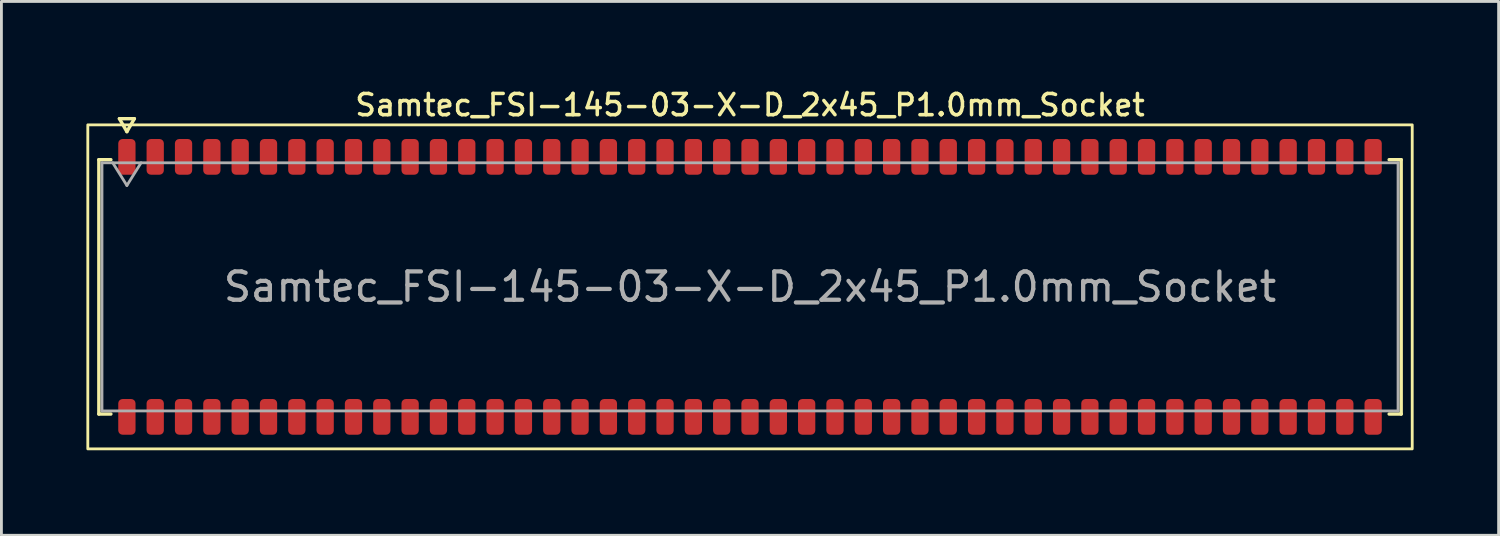
<source format=kicad_pcb>
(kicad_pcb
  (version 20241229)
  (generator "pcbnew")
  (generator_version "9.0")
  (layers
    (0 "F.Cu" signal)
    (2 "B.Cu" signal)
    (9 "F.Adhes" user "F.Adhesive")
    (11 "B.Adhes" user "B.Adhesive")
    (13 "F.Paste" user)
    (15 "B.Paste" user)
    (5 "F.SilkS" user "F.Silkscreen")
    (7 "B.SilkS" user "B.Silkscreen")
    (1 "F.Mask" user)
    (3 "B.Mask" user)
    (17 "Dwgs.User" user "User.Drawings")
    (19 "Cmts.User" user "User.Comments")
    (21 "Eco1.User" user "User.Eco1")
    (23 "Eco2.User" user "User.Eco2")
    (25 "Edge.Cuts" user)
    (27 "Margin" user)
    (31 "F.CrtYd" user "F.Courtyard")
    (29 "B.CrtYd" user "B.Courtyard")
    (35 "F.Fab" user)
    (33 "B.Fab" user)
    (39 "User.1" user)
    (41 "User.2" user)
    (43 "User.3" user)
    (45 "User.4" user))
  (footprint "Samtec_FSI-145-03-X-D_2x45_P1.0mm_Socket"
    (layer "F.Cu")
    (at 23.43 7.078)
    (property "Reference" "Samtec_FSI-145-03-X-D_2x45_P1.0mm_Socket" (at 0 -6.42 0) (layer "F.SilkS") (effects (font (size 0.75 0.75) (thickness 0.125))))
    (attr smd)
    (fp_line (start -22.99 -4.49) (end -22.565 -4.49) (stroke (width 0.12) (type solid)) (layer "F.SilkS"))
    (fp_line (start -22.99 4.49) (end -22.99 -4.49) (stroke (width 0.12) (type solid)) (layer "F.SilkS"))
    (fp_line (start -22.565 4.49) (end -22.99 4.49) (stroke (width 0.12) (type solid)) (layer "F.SilkS"))
    (fp_line (start -22.264 -5.938) (end -22 -5.48) (stroke (width 0.12) (type solid)) (layer "F.SilkS"))
    (fp_line (start -22 -5.48) (end -21.736 -5.938) (stroke (width 0.12) (type solid)) (layer "F.SilkS"))
    (fp_line (start -21.736 -5.938) (end -22.264 -5.938) (stroke (width 0.12) (type solid)) (layer "F.SilkS"))
    (fp_line (start 22.565 -4.49) (end 22.99 -4.49) (stroke (width 0.12) (type solid)) (layer "F.SilkS"))
    (fp_line (start 22.99 -4.49) (end 22.99 4.49) (stroke (width 0.12) (type solid)) (layer "F.SilkS"))
    (fp_line (start 22.99 4.49) (end 22.565 4.49) (stroke (width 0.12) (type solid)) (layer "F.SilkS"))
    (fp_rect (start -23.38 -5.72) (end 23.38 5.72) (stroke (width 0.1) (type solid)) (fill no) (layer "F.SilkS"))
    (fp_line (start -22.88 -4.38) (end 22.88 -4.38) (stroke (width 0.1) (type solid)) (layer "F.Fab"))
    (fp_line (start -22.88 4.38) (end -22.88 -4.38) (stroke (width 0.1) (type solid)) (layer "F.Fab"))
    (fp_line (start -22.5 -4.38) (end -22 -3.58) (stroke (width 0.1) (type solid)) (layer "F.Fab"))
    (fp_line (start -22 -3.58) (end -21.5 -4.38) (stroke (width 0.1) (type solid)) (layer "F.Fab"))
    (fp_line (start 22.88 -4.38) (end 22.88 4.38) (stroke (width 0.1) (type solid)) (layer "F.Fab"))
    (fp_line (start 22.88 4.38) (end -22.88 4.38) (stroke (width 0.1) (type solid)) (layer "F.Fab"))
    (fp_text user "${REFERENCE}" (at 0 0 0) (layer "F.Fab") (effects (font (size 1 1) (thickness 0.15))))
    (pad "1" smd roundrect (at -22 -4.59) (size 0.61 1.26) (layers "F.Cu" "F.Mask" "F.Paste") (roundrect_rratio 0.25))
    (pad "2" smd roundrect (at -22 4.59) (size 0.61 1.26) (layers "F.Cu" "F.Mask" "F.Paste") (roundrect_rratio 0.25))
    (pad "3" smd roundrect (at -21 -4.59) (size 0.61 1.26) (layers "F.Cu" "F.Mask" "F.Paste") (roundrect_rratio 0.25))
    (pad "4" smd roundrect (at -21 4.59) (size 0.61 1.26) (layers "F.Cu" "F.Mask" "F.Paste") (roundrect_rratio 0.25))
    (pad "5" smd roundrect (at -20 -4.59) (size 0.61 1.26) (layers "F.Cu" "F.Mask" "F.Paste") (roundrect_rratio 0.25))
    (pad "6" smd roundrect (at -20 4.59) (size 0.61 1.26) (layers "F.Cu" "F.Mask" "F.Paste") (roundrect_rratio 0.25))
    (pad "7" smd roundrect (at -19 -4.59) (size 0.61 1.26) (layers "F.Cu" "F.Mask" "F.Paste") (roundrect_rratio 0.25))
    (pad "8" smd roundrect (at -19 4.59) (size 0.61 1.26) (layers "F.Cu" "F.Mask" "F.Paste") (roundrect_rratio 0.25))
    (pad "9" smd roundrect (at -18 -4.59) (size 0.61 1.26) (layers "F.Cu" "F.Mask" "F.Paste") (roundrect_rratio 0.25))
    (pad "10" smd roundrect (at -18 4.59) (size 0.61 1.26) (layers "F.Cu" "F.Mask" "F.Paste") (roundrect_rratio 0.25))
    (pad "11" smd roundrect (at -17 -4.59) (size 0.61 1.26) (layers "F.Cu" "F.Mask" "F.Paste") (roundrect_rratio 0.25))
    (pad "12" smd roundrect (at -17 4.59) (size 0.61 1.26) (layers "F.Cu" "F.Mask" "F.Paste") (roundrect_rratio 0.25))
    (pad "13" smd roundrect (at -16 -4.59) (size 0.61 1.26) (layers "F.Cu" "F.Mask" "F.Paste") (roundrect_rratio 0.25))
    (pad "14" smd roundrect (at -16 4.59) (size 0.61 1.26) (layers "F.Cu" "F.Mask" "F.Paste") (roundrect_rratio 0.25))
    (pad "15" smd roundrect (at -15 -4.59) (size 0.61 1.26) (layers "F.Cu" "F.Mask" "F.Paste") (roundrect_rratio 0.25))
    (pad "16" smd roundrect (at -15 4.59) (size 0.61 1.26) (layers "F.Cu" "F.Mask" "F.Paste") (roundrect_rratio 0.25))
    (pad "17" smd roundrect (at -14 -4.59) (size 0.61 1.26) (layers "F.Cu" "F.Mask" "F.Paste") (roundrect_rratio 0.25))
    (pad "18" smd roundrect (at -14 4.59) (size 0.61 1.26) (layers "F.Cu" "F.Mask" "F.Paste") (roundrect_rratio 0.25))
    (pad "19" smd roundrect (at -13 -4.59) (size 0.61 1.26) (layers "F.Cu" "F.Mask" "F.Paste") (roundrect_rratio 0.25))
    (pad "20" smd roundrect (at -13 4.59) (size 0.61 1.26) (layers "F.Cu" "F.Mask" "F.Paste") (roundrect_rratio 0.25))
    (pad "21" smd roundrect (at -12 -4.59) (size 0.61 1.26) (layers "F.Cu" "F.Mask" "F.Paste") (roundrect_rratio 0.25))
    (pad "22" smd roundrect (at -12 4.59) (size 0.61 1.26) (layers "F.Cu" "F.Mask" "F.Paste") (roundrect_rratio 0.25))
    (pad "23" smd roundrect (at -11 -4.59) (size 0.61 1.26) (layers "F.Cu" "F.Mask" "F.Paste") (roundrect_rratio 0.25))
    (pad "24" smd roundrect (at -11 4.59) (size 0.61 1.26) (layers "F.Cu" "F.Mask" "F.Paste") (roundrect_rratio 0.25))
    (pad "25" smd roundrect (at -10 -4.59) (size 0.61 1.26) (layers "F.Cu" "F.Mask" "F.Paste") (roundrect_rratio 0.25))
    (pad "26" smd roundrect (at -10 4.59) (size 0.61 1.26) (layers "F.Cu" "F.Mask" "F.Paste") (roundrect_rratio 0.25))
    (pad "27" smd roundrect (at -9 -4.59) (size 0.61 1.26) (layers "F.Cu" "F.Mask" "F.Paste") (roundrect_rratio 0.25))
    (pad "28" smd roundrect (at -9 4.59) (size 0.61 1.26) (layers "F.Cu" "F.Mask" "F.Paste") (roundrect_rratio 0.25))
    (pad "29" smd roundrect (at -8 -4.59) (size 0.61 1.26) (layers "F.Cu" "F.Mask" "F.Paste") (roundrect_rratio 0.25))
    (pad "30" smd roundrect (at -8 4.59) (size 0.61 1.26) (layers "F.Cu" "F.Mask" "F.Paste") (roundrect_rratio 0.25))
    (pad "31" smd roundrect (at -7 -4.59) (size 0.61 1.26) (layers "F.Cu" "F.Mask" "F.Paste") (roundrect_rratio 0.25))
    (pad "32" smd roundrect (at -7 4.59) (size 0.61 1.26) (layers "F.Cu" "F.Mask" "F.Paste") (roundrect_rratio 0.25))
    (pad "33" smd roundrect (at -6 -4.59) (size 0.61 1.26) (layers "F.Cu" "F.Mask" "F.Paste") (roundrect_rratio 0.25))
    (pad "34" smd roundrect (at -6 4.59) (size 0.61 1.26) (layers "F.Cu" "F.Mask" "F.Paste") (roundrect_rratio 0.25))
    (pad "35" smd roundrect (at -5 -4.59) (size 0.61 1.26) (layers "F.Cu" "F.Mask" "F.Paste") (roundrect_rratio 0.25))
    (pad "36" smd roundrect (at -5 4.59) (size 0.61 1.26) (layers "F.Cu" "F.Mask" "F.Paste") (roundrect_rratio 0.25))
    (pad "37" smd roundrect (at -4 -4.59) (size 0.61 1.26) (layers "F.Cu" "F.Mask" "F.Paste") (roundrect_rratio 0.25))
    (pad "38" smd roundrect (at -4 4.59) (size 0.61 1.26) (layers "F.Cu" "F.Mask" "F.Paste") (roundrect_rratio 0.25))
    (pad "39" smd roundrect (at -3 -4.59) (size 0.61 1.26) (layers "F.Cu" "F.Mask" "F.Paste") (roundrect_rratio 0.25))
    (pad "40" smd roundrect (at -3 4.59) (size 0.61 1.26) (layers "F.Cu" "F.Mask" "F.Paste") (roundrect_rratio 0.25))
    (pad "41" smd roundrect (at -2 -4.59) (size 0.61 1.26) (layers "F.Cu" "F.Mask" "F.Paste") (roundrect_rratio 0.25))
    (pad "42" smd roundrect (at -2 4.59) (size 0.61 1.26) (layers "F.Cu" "F.Mask" "F.Paste") (roundrect_rratio 0.25))
    (pad "43" smd roundrect (at -1 -4.59) (size 0.61 1.26) (layers "F.Cu" "F.Mask" "F.Paste") (roundrect_rratio 0.25))
    (pad "44" smd roundrect (at -1 4.59) (size 0.61 1.26) (layers "F.Cu" "F.Mask" "F.Paste") (roundrect_rratio 0.25))
    (pad "45" smd roundrect (at 0 -4.59) (size 0.61 1.26) (layers "F.Cu" "F.Mask" "F.Paste") (roundrect_rratio 0.25))
    (pad "46" smd roundrect (at 0 4.59) (size 0.61 1.26) (layers "F.Cu" "F.Mask" "F.Paste") (roundrect_rratio 0.25))
    (pad "47" smd roundrect (at 1 -4.59) (size 0.61 1.26) (layers "F.Cu" "F.Mask" "F.Paste") (roundrect_rratio 0.25))
    (pad "48" smd roundrect (at 1 4.59) (size 0.61 1.26) (layers "F.Cu" "F.Mask" "F.Paste") (roundrect_rratio 0.25))
    (pad "49" smd roundrect (at 2 -4.59) (size 0.61 1.26) (layers "F.Cu" "F.Mask" "F.Paste") (roundrect_rratio 0.25))
    (pad "50" smd roundrect (at 2 4.59) (size 0.61 1.26) (layers "F.Cu" "F.Mask" "F.Paste") (roundrect_rratio 0.25))
    (pad "51" smd roundrect (at 3 -4.59) (size 0.61 1.26) (layers "F.Cu" "F.Mask" "F.Paste") (roundrect_rratio 0.25))
    (pad "52" smd roundrect (at 3 4.59) (size 0.61 1.26) (layers "F.Cu" "F.Mask" "F.Paste") (roundrect_rratio 0.25))
    (pad "53" smd roundrect (at 4 -4.59) (size 0.61 1.26) (layers "F.Cu" "F.Mask" "F.Paste") (roundrect_rratio 0.25))
    (pad "54" smd roundrect (at 4 4.59) (size 0.61 1.26) (layers "F.Cu" "F.Mask" "F.Paste") (roundrect_rratio 0.25))
    (pad "55" smd roundrect (at 5 -4.59) (size 0.61 1.26) (layers "F.Cu" "F.Mask" "F.Paste") (roundrect_rratio 0.25))
    (pad "56" smd roundrect (at 5 4.59) (size 0.61 1.26) (layers "F.Cu" "F.Mask" "F.Paste") (roundrect_rratio 0.25))
    (pad "57" smd roundrect (at 6 -4.59) (size 0.61 1.26) (layers "F.Cu" "F.Mask" "F.Paste") (roundrect_rratio 0.25))
    (pad "58" smd roundrect (at 6 4.59) (size 0.61 1.26) (layers "F.Cu" "F.Mask" "F.Paste") (roundrect_rratio 0.25))
    (pad "59" smd roundrect (at 7 -4.59) (size 0.61 1.26) (layers "F.Cu" "F.Mask" "F.Paste") (roundrect_rratio 0.25))
    (pad "60" smd roundrect (at 7 4.59) (size 0.61 1.26) (layers "F.Cu" "F.Mask" "F.Paste") (roundrect_rratio 0.25))
    (pad "61" smd roundrect (at 8 -4.59) (size 0.61 1.26) (layers "F.Cu" "F.Mask" "F.Paste") (roundrect_rratio 0.25))
    (pad "62" smd roundrect (at 8 4.59) (size 0.61 1.26) (layers "F.Cu" "F.Mask" "F.Paste") (roundrect_rratio 0.25))
    (pad "63" smd roundrect (at 9 -4.59) (size 0.61 1.26) (layers "F.Cu" "F.Mask" "F.Paste") (roundrect_rratio 0.25))
    (pad "64" smd roundrect (at 9 4.59) (size 0.61 1.26) (layers "F.Cu" "F.Mask" "F.Paste") (roundrect_rratio 0.25))
    (pad "65" smd roundrect (at 10 -4.59) (size 0.61 1.26) (layers "F.Cu" "F.Mask" "F.Paste") (roundrect_rratio 0.25))
    (pad "66" smd roundrect (at 10 4.59) (size 0.61 1.26) (layers "F.Cu" "F.Mask" "F.Paste") (roundrect_rratio 0.25))
    (pad "67" smd roundrect (at 11 -4.59) (size 0.61 1.26) (layers "F.Cu" "F.Mask" "F.Paste") (roundrect_rratio 0.25))
    (pad "68" smd roundrect (at 11 4.59) (size 0.61 1.26) (layers "F.Cu" "F.Mask" "F.Paste") (roundrect_rratio 0.25))
    (pad "69" smd roundrect (at 12 -4.59) (size 0.61 1.26) (layers "F.Cu" "F.Mask" "F.Paste") (roundrect_rratio 0.25))
    (pad "70" smd roundrect (at 12 4.59) (size 0.61 1.26) (layers "F.Cu" "F.Mask" "F.Paste") (roundrect_rratio 0.25))
    (pad "71" smd roundrect (at 13 -4.59) (size 0.61 1.26) (layers "F.Cu" "F.Mask" "F.Paste") (roundrect_rratio 0.25))
    (pad "72" smd roundrect (at 13 4.59) (size 0.61 1.26) (layers "F.Cu" "F.Mask" "F.Paste") (roundrect_rratio 0.25))
    (pad "73" smd roundrect (at 14 -4.59) (size 0.61 1.26) (layers "F.Cu" "F.Mask" "F.Paste") (roundrect_rratio 0.25))
    (pad "74" smd roundrect (at 14 4.59) (size 0.61 1.26) (layers "F.Cu" "F.Mask" "F.Paste") (roundrect_rratio 0.25))
    (pad "75" smd roundrect (at 15 -4.59) (size 0.61 1.26) (layers "F.Cu" "F.Mask" "F.Paste") (roundrect_rratio 0.25))
    (pad "76" smd roundrect (at 15 4.59) (size 0.61 1.26) (layers "F.Cu" "F.Mask" "F.Paste") (roundrect_rratio 0.25))
    (pad "77" smd roundrect (at 16 -4.59) (size 0.61 1.26) (layers "F.Cu" "F.Mask" "F.Paste") (roundrect_rratio 0.25))
    (pad "78" smd roundrect (at 16 4.59) (size 0.61 1.26) (layers "F.Cu" "F.Mask" "F.Paste") (roundrect_rratio 0.25))
    (pad "79" smd roundrect (at 17 -4.59) (size 0.61 1.26) (layers "F.Cu" "F.Mask" "F.Paste") (roundrect_rratio 0.25))
    (pad "80" smd roundrect (at 17 4.59) (size 0.61 1.26) (layers "F.Cu" "F.Mask" "F.Paste") (roundrect_rratio 0.25))
    (pad "81" smd roundrect (at 18 -4.59) (size 0.61 1.26) (layers "F.Cu" "F.Mask" "F.Paste") (roundrect_rratio 0.25))
    (pad "82" smd roundrect (at 18 4.59) (size 0.61 1.26) (layers "F.Cu" "F.Mask" "F.Paste") (roundrect_rratio 0.25))
    (pad "83" smd roundrect (at 19 -4.59) (size 0.61 1.26) (layers "F.Cu" "F.Mask" "F.Paste") (roundrect_rratio 0.25))
    (pad "84" smd roundrect (at 19 4.59) (size 0.61 1.26) (layers "F.Cu" "F.Mask" "F.Paste") (roundrect_rratio 0.25))
    (pad "85" smd roundrect (at 20 -4.59) (size 0.61 1.26) (layers "F.Cu" "F.Mask" "F.Paste") (roundrect_rratio 0.25))
    (pad "86" smd roundrect (at 20 4.59) (size 0.61 1.26) (layers "F.Cu" "F.Mask" "F.Paste") (roundrect_rratio 0.25))
    (pad "87" smd roundrect (at 21 -4.59) (size 0.61 1.26) (layers "F.Cu" "F.Mask" "F.Paste") (roundrect_rratio 0.25))
    (pad "88" smd roundrect (at 21 4.59) (size 0.61 1.26) (layers "F.Cu" "F.Mask" "F.Paste") (roundrect_rratio 0.25))
    (pad "89" smd roundrect (at 22 -4.59) (size 0.61 1.26) (layers "F.Cu" "F.Mask" "F.Paste") (roundrect_rratio 0.25))
    (pad "90" smd roundrect (at 22 4.59) (size 0.61 1.26) (layers "F.Cu" "F.Mask" "F.Paste") (roundrect_rratio 0.25)))
  (gr_rect
    (start -3 -3)
    (end 49.86 15.848)
    (stroke (width 0.1) (type default))
    (fill no)
    (layer "Edge.Cuts")))
</source>
